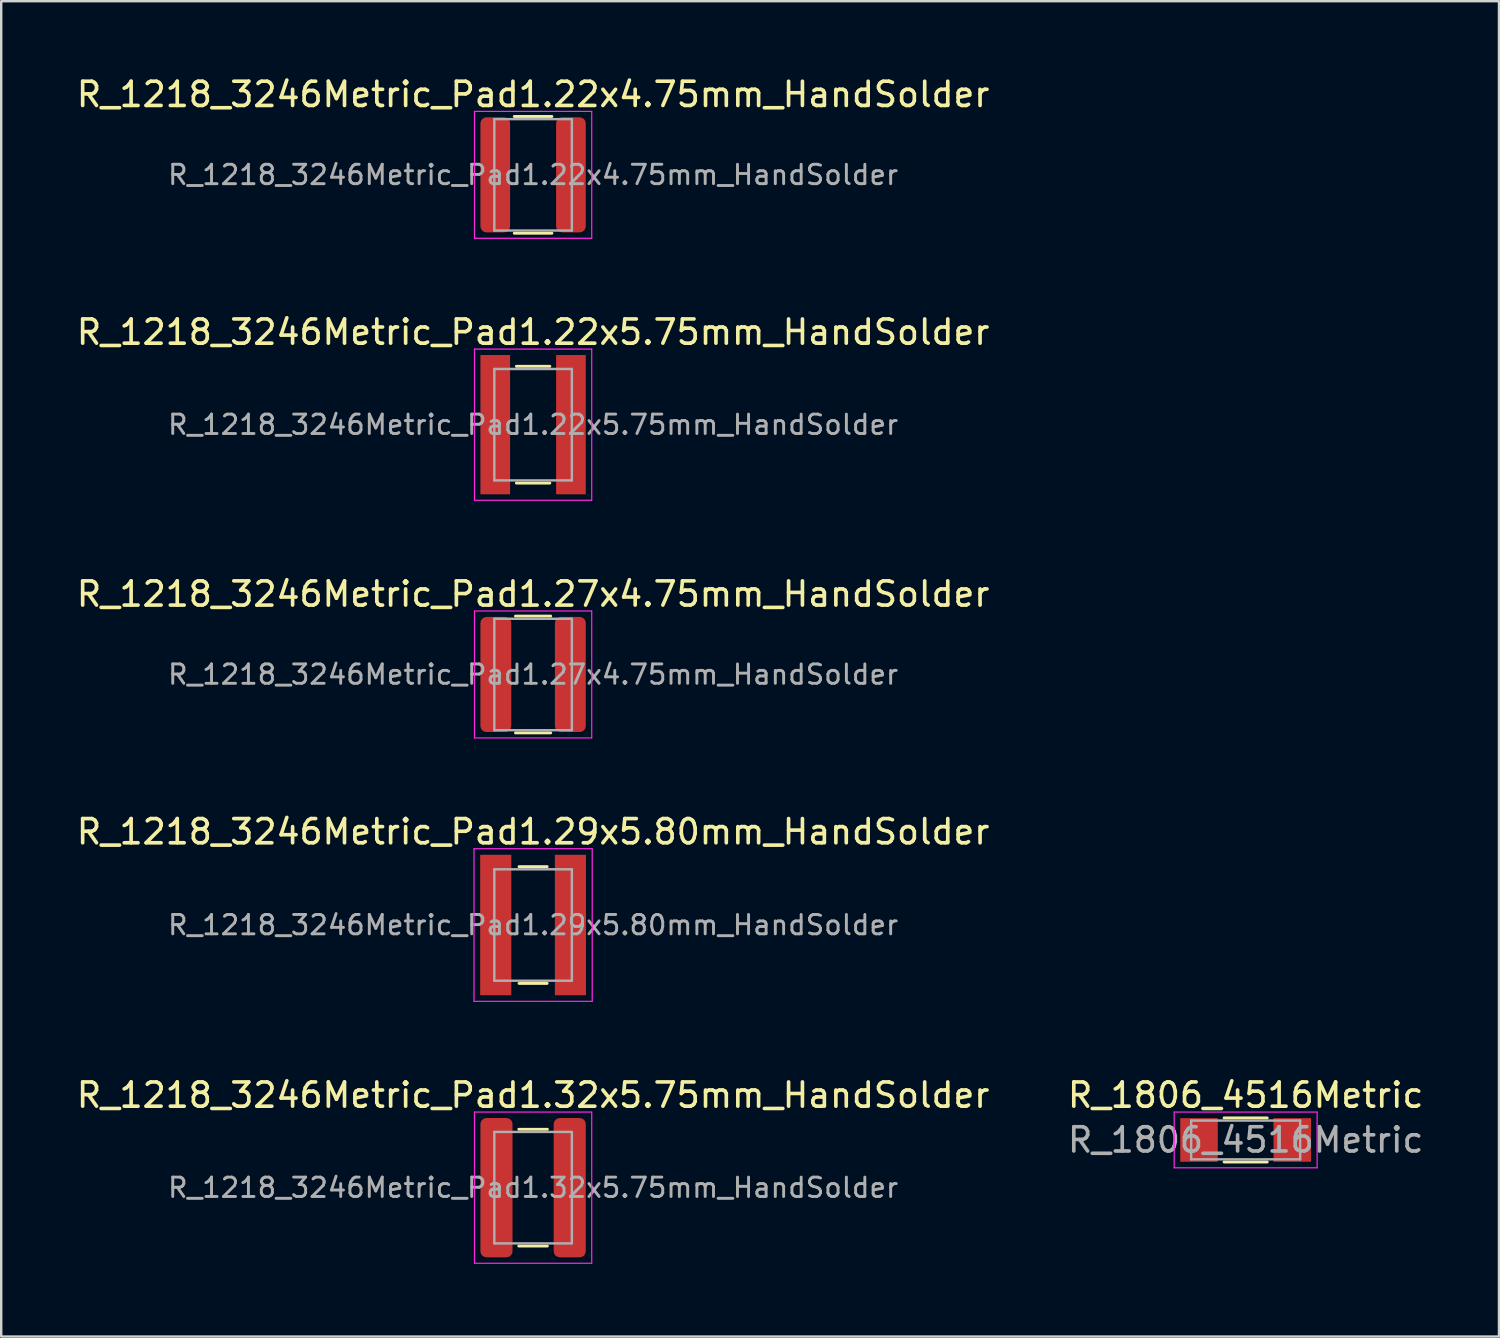
<source format=kicad_pcb>
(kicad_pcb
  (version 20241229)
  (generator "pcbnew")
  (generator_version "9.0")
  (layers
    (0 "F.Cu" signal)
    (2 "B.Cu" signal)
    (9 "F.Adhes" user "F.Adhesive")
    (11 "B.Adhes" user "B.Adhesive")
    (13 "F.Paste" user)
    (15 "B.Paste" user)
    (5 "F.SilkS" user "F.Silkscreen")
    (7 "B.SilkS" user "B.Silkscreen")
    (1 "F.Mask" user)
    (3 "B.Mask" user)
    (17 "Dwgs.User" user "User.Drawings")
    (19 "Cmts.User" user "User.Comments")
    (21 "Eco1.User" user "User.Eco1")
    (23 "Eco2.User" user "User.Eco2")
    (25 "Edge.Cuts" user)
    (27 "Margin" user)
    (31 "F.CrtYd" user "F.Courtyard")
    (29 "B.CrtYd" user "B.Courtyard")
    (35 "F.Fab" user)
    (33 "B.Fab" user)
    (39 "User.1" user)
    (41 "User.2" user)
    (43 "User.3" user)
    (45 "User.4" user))
  (footprint "R_1218_3246Metric_Pad1.22x5.75mm_HandSolder"
    (layer "F.Cu")
    (at 18.958 14.482)
    (property "Reference" "R_1218_3246Metric_Pad1.22x5.75mm_HandSolder" (at 0 -3.82 0) (layer "F.SilkS") (effects (font (size 1 1) (thickness 0.15))))
    (attr smd)
    (fp_line (start -0.69 -2.41) (end 0.69 -2.41) (stroke (width 0.12) (type solid)) (layer "F.SilkS"))
    (fp_line (start -0.69 2.41) (end 0.69 2.41) (stroke (width 0.12) (type solid)) (layer "F.SilkS"))
    (fp_line (start -2.42 -3.12) (end 2.42 -3.12) (stroke (width 0.05) (type solid)) (layer "F.CrtYd"))
    (fp_line (start -2.42 3.12) (end -2.42 -3.12) (stroke (width 0.05) (type solid)) (layer "F.CrtYd"))
    (fp_line (start 2.42 -3.12) (end 2.42 3.12) (stroke (width 0.05) (type solid)) (layer "F.CrtYd"))
    (fp_line (start 2.42 3.12) (end -2.42 3.12) (stroke (width 0.05) (type solid)) (layer "F.CrtYd"))
    (fp_line (start -1.6 -2.3) (end 1.6 -2.3) (stroke (width 0.1) (type solid)) (layer "F.Fab"))
    (fp_line (start -1.6 2.3) (end -1.6 -2.3) (stroke (width 0.1) (type solid)) (layer "F.Fab"))
    (fp_line (start 1.6 -2.3) (end 1.6 2.3) (stroke (width 0.1) (type solid)) (layer "F.Fab"))
    (fp_line (start 1.6 2.3) (end -1.6 2.3) (stroke (width 0.1) (type solid)) (layer "F.Fab"))
    (fp_text user "${REFERENCE}" (at 0 0 0) (layer "F.Fab") (effects (font (size 0.8 0.8) (thickness 0.12))))
    (pad "1" smd rect (at -1.562 0) (size 1.225 5.75) (layers "F.Cu" "F.Mask" "F.Paste"))
    (pad "2" smd rect (at 1.562 0) (size 1.225 5.75) (layers "F.Cu" "F.Mask" "F.Paste")))
  (footprint "R_1218_3246Metric_Pad1.22x4.75mm_HandSolder"
    (layer "F.Cu")
    (at 18.958 4.168)
    (property "Reference" "R_1218_3246Metric_Pad1.22x4.75mm_HandSolder" (at 0 -3.32 0) (layer "F.SilkS") (effects (font (size 1 1) (thickness 0.15))))
    (attr smd)
    (fp_line (start -0.777 -2.41) (end 0.777 -2.41) (stroke (width 0.12) (type solid)) (layer "F.SilkS"))
    (fp_line (start -0.777 2.41) (end 0.777 2.41) (stroke (width 0.12) (type solid)) (layer "F.SilkS"))
    (fp_line (start -2.42 -2.62) (end 2.42 -2.62) (stroke (width 0.05) (type solid)) (layer "F.CrtYd"))
    (fp_line (start -2.42 2.62) (end -2.42 -2.62) (stroke (width 0.05) (type solid)) (layer "F.CrtYd"))
    (fp_line (start 2.42 -2.62) (end 2.42 2.62) (stroke (width 0.05) (type solid)) (layer "F.CrtYd"))
    (fp_line (start 2.42 2.62) (end -2.42 2.62) (stroke (width 0.05) (type solid)) (layer "F.CrtYd"))
    (fp_line (start -1.6 -2.3) (end 1.6 -2.3) (stroke (width 0.1) (type solid)) (layer "F.Fab"))
    (fp_line (start -1.6 2.3) (end -1.6 -2.3) (stroke (width 0.1) (type solid)) (layer "F.Fab"))
    (fp_line (start 1.6 -2.3) (end 1.6 2.3) (stroke (width 0.1) (type solid)) (layer "F.Fab"))
    (fp_line (start 1.6 2.3) (end -1.6 2.3) (stroke (width 0.1) (type solid)) (layer "F.Fab"))
    (fp_text user "${REFERENCE}" (at 0 0 0) (layer "F.Fab") (effects (font (size 0.8 0.8) (thickness 0.12))))
    (pad "1" smd roundrect (at -1.562 0) (size 1.225 4.75) (layers "F.Cu" "F.Mask" "F.Paste") (roundrect_rratio 0.204))
    (pad "2" smd roundrect (at 1.562 0) (size 1.225 4.75) (layers "F.Cu" "F.Mask" "F.Paste") (roundrect_rratio 0.204)))
  (footprint "R_1218_3246Metric_Pad1.32x5.75mm_HandSolder"
    (layer "F.Cu")
    (at 18.958 45.981)
    (property "Reference" "R_1218_3246Metric_Pad1.32x5.75mm_HandSolder" (at 0 -3.82 0) (layer "F.SilkS") (effects (font (size 1 1) (thickness 0.15))))
    (attr smd)
    (fp_line (start -0.59 -2.41) (end 0.59 -2.41) (stroke (width 0.12) (type solid)) (layer "F.SilkS"))
    (fp_line (start -0.59 2.41) (end 0.59 2.41) (stroke (width 0.12) (type solid)) (layer "F.SilkS"))
    (fp_line (start -2.42 -3.12) (end 2.42 -3.12) (stroke (width 0.05) (type solid)) (layer "F.CrtYd"))
    (fp_line (start -2.42 3.12) (end -2.42 -3.12) (stroke (width 0.05) (type solid)) (layer "F.CrtYd"))
    (fp_line (start 2.42 -3.12) (end 2.42 3.12) (stroke (width 0.05) (type solid)) (layer "F.CrtYd"))
    (fp_line (start 2.42 3.12) (end -2.42 3.12) (stroke (width 0.05) (type solid)) (layer "F.CrtYd"))
    (fp_line (start -1.6 -2.3) (end 1.6 -2.3) (stroke (width 0.1) (type solid)) (layer "F.Fab"))
    (fp_line (start -1.6 2.3) (end -1.6 -2.3) (stroke (width 0.1) (type solid)) (layer "F.Fab"))
    (fp_line (start 1.6 -2.3) (end 1.6 2.3) (stroke (width 0.1) (type solid)) (layer "F.Fab"))
    (fp_line (start 1.6 2.3) (end -1.6 2.3) (stroke (width 0.1) (type solid)) (layer "F.Fab"))
    (fp_text user "${REFERENCE}" (at 0 0 0) (layer "F.Fab") (effects (font (size 0.8 0.8) (thickness 0.12))))
    (pad "1" smd roundrect (at -1.512 0) (size 1.325 5.75) (layers "F.Cu" "F.Mask" "F.Paste") (roundrect_rratio 0.189))
    (pad "2" smd roundrect (at 1.512 0) (size 1.325 5.75) (layers "F.Cu" "F.Mask" "F.Paste") (roundrect_rratio 0.189)))
  (footprint "R_1218_3246Metric_Pad1.27x4.75mm_HandSolder"
    (layer "F.Cu")
    (at 18.958 24.795)
    (property "Reference" "R_1218_3246Metric_Pad1.27x4.75mm_HandSolder" (at 0 -3.32 0) (layer "F.SilkS") (effects (font (size 1 1) (thickness 0.15))))
    (attr smd)
    (fp_line (start -0.727 -2.41) (end 0.727 -2.41) (stroke (width 0.12) (type solid)) (layer "F.SilkS"))
    (fp_line (start -0.727 2.41) (end 0.727 2.41) (stroke (width 0.12) (type solid)) (layer "F.SilkS"))
    (fp_line (start -2.42 -2.62) (end 2.42 -2.62) (stroke (width 0.05) (type solid)) (layer "F.CrtYd"))
    (fp_line (start -2.42 2.62) (end -2.42 -2.62) (stroke (width 0.05) (type solid)) (layer "F.CrtYd"))
    (fp_line (start 2.42 -2.62) (end 2.42 2.62) (stroke (width 0.05) (type solid)) (layer "F.CrtYd"))
    (fp_line (start 2.42 2.62) (end -2.42 2.62) (stroke (width 0.05) (type solid)) (layer "F.CrtYd"))
    (fp_line (start -1.6 -2.3) (end 1.6 -2.3) (stroke (width 0.1) (type solid)) (layer "F.Fab"))
    (fp_line (start -1.6 2.3) (end -1.6 -2.3) (stroke (width 0.1) (type solid)) (layer "F.Fab"))
    (fp_line (start 1.6 -2.3) (end 1.6 2.3) (stroke (width 0.1) (type solid)) (layer "F.Fab"))
    (fp_line (start 1.6 2.3) (end -1.6 2.3) (stroke (width 0.1) (type solid)) (layer "F.Fab"))
    (fp_text user "${REFERENCE}" (at 0 0 0) (layer "F.Fab") (effects (font (size 0.8 0.8) (thickness 0.12))))
    (pad "1" smd roundrect (at -1.538 0) (size 1.275 4.75) (layers "F.Cu" "F.Mask" "F.Paste") (roundrect_rratio 0.196))
    (pad "2" smd roundrect (at 1.538 0) (size 1.275 4.75) (layers "F.Cu" "F.Mask" "F.Paste") (roundrect_rratio 0.196)))
  (footprint "R_1806_4516Metric"
    (layer "F.Cu")
    (at 48.375 44.011)
    (property "Reference" "R_1806_4516Metric" (at 0 -1.85 0) (layer "F.SilkS") (effects (font (size 1 1) (thickness 0.15))))
    (attr smd)
    (fp_line (start -0.89 -0.91) (end 0.89 -0.91) (stroke (width 0.12) (type solid)) (layer "F.SilkS"))
    (fp_line (start -0.89 0.91) (end 0.89 0.91) (stroke (width 0.12) (type solid)) (layer "F.SilkS"))
    (fp_line (start -2.95 -1.15) (end 2.95 -1.15) (stroke (width 0.05) (type solid)) (layer "F.CrtYd"))
    (fp_line (start -2.95 1.15) (end -2.95 -1.15) (stroke (width 0.05) (type solid)) (layer "F.CrtYd"))
    (fp_line (start 2.95 -1.15) (end 2.95 1.15) (stroke (width 0.05) (type solid)) (layer "F.CrtYd"))
    (fp_line (start 2.95 1.15) (end -2.95 1.15) (stroke (width 0.05) (type solid)) (layer "F.CrtYd"))
    (fp_line (start -2.25 -0.8) (end 2.25 -0.8) (stroke (width 0.1) (type solid)) (layer "F.Fab"))
    (fp_line (start -2.25 0.8) (end -2.25 -0.8) (stroke (width 0.1) (type solid)) (layer "F.Fab"))
    (fp_line (start 2.25 -0.8) (end 2.25 0.8) (stroke (width 0.1) (type solid)) (layer "F.Fab"))
    (fp_line (start 2.25 0.8) (end -2.25 0.8) (stroke (width 0.1) (type solid)) (layer "F.Fab"))
    (fp_text user "${REFERENCE}" (at 0 0 0) (layer "F.Fab") (effects (font (size 1 1) (thickness 0.15))))
    (pad "1" smd rect (at -1.925 0) (size 1.55 1.8) (layers "F.Cu" "F.Mask" "F.Paste"))
    (pad "2" smd rect (at 1.925 0) (size 1.55 1.8) (layers "F.Cu" "F.Mask" "F.Paste")))
  (footprint "R_1218_3246Metric_Pad1.29x5.80mm_HandSolder"
    (layer "F.Cu")
    (at 18.958 35.138)
    (property "Reference" "R_1218_3246Metric_Pad1.29x5.80mm_HandSolder" (at 0 -3.85 0) (layer "F.SilkS") (effects (font (size 1 1) (thickness 0.15))))
    (attr smd)
    (fp_line (start -0.58 -2.41) (end 0.58 -2.41) (stroke (width 0.12) (type solid)) (layer "F.SilkS"))
    (fp_line (start -0.58 2.41) (end 0.58 2.41) (stroke (width 0.12) (type solid)) (layer "F.SilkS"))
    (fp_line (start -2.44 -3.15) (end 2.44 -3.15) (stroke (width 0.05) (type solid)) (layer "F.CrtYd"))
    (fp_line (start -2.44 3.15) (end -2.44 -3.15) (stroke (width 0.05) (type solid)) (layer "F.CrtYd"))
    (fp_line (start 2.44 -3.15) (end 2.44 3.15) (stroke (width 0.05) (type solid)) (layer "F.CrtYd"))
    (fp_line (start 2.44 3.15) (end -2.44 3.15) (stroke (width 0.05) (type solid)) (layer "F.CrtYd"))
    (fp_line (start -1.6 -2.3) (end 1.6 -2.3) (stroke (width 0.1) (type solid)) (layer "F.Fab"))
    (fp_line (start -1.6 2.3) (end -1.6 -2.3) (stroke (width 0.1) (type solid)) (layer "F.Fab"))
    (fp_line (start 1.6 -2.3) (end 1.6 2.3) (stroke (width 0.1) (type solid)) (layer "F.Fab"))
    (fp_line (start 1.6 2.3) (end -1.6 2.3) (stroke (width 0.1) (type solid)) (layer "F.Fab"))
    (fp_text user "${REFERENCE}" (at 0 0 0) (layer "F.Fab") (effects (font (size 0.8 0.8) (thickness 0.12))))
    (pad "1" smd rect (at -1.542 0) (size 1.285 5.8) (layers "F.Cu" "F.Mask" "F.Paste"))
    (pad "2" smd rect (at 1.542 0) (size 1.285 5.8) (layers "F.Cu" "F.Mask" "F.Paste")))
  (gr_rect
    (start -3 -3)
    (end 58.833 52.126)
    (stroke (width 0.1) (type default))
    (fill no)
    (layer "Edge.Cuts")))
</source>
